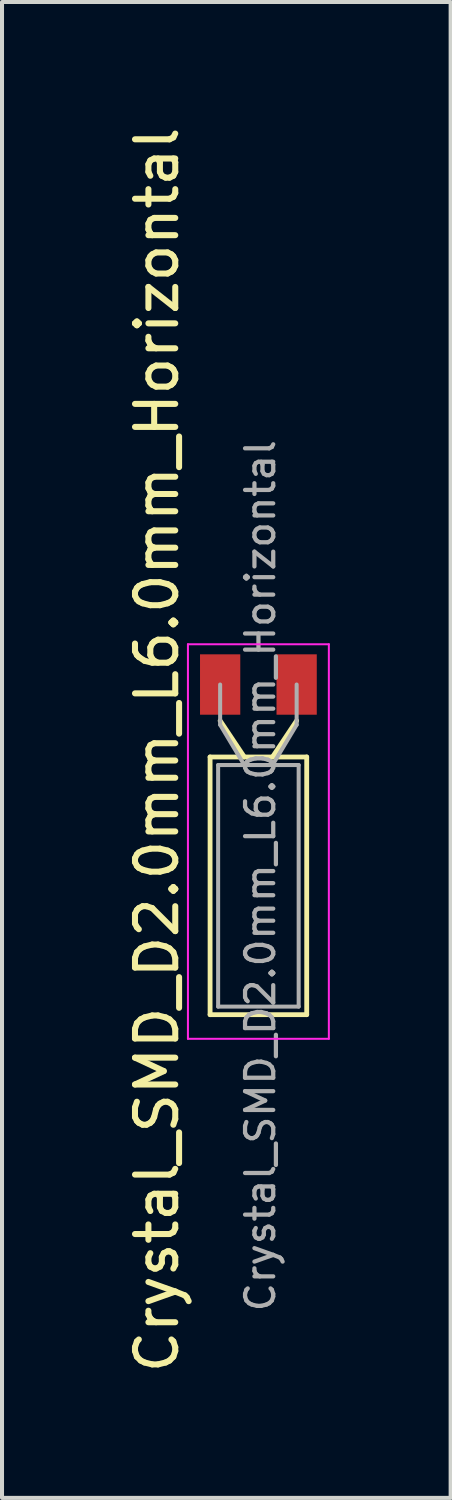
<source format=kicad_pcb>
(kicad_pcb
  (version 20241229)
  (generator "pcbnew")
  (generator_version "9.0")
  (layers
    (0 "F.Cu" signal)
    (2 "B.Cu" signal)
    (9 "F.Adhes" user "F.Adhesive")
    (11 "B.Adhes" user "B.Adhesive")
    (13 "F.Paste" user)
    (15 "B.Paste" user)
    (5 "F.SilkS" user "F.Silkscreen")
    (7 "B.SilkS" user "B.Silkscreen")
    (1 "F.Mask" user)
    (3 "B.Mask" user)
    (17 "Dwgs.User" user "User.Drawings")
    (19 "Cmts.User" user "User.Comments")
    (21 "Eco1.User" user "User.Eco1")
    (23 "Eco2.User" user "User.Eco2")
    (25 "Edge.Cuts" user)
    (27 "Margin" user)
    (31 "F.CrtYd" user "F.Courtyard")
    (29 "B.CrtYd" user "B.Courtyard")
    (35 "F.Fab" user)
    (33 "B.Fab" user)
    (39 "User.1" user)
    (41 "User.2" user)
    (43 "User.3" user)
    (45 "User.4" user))
  (footprint "Crystal_SMD_D2.0mm_L6.0mm_Horizontal"
    (layer "F.Cu")
    (at 2.418 13.952)
    (property "Reference" "Crystal_SMD_D2.0mm_L6.0mm_Horizontal" (at -1.57 1.625 90) (layer "F.SilkS") (effects (font (size 1 1) (thickness 0.15))))
    (attr through_hole)
    (fp_line (start -0.25 1.8) (end -0.25 8.2) (stroke (width 0.12) (type solid)) (layer "F.SilkS"))
    (fp_line (start -0.25 8.2) (end 2.15 8.2) (stroke (width 0.12) (type solid)) (layer "F.SilkS"))
    (fp_line (start 0.6 1.8) (end 0 0.9) (stroke (width 0.12) (type solid)) (layer "F.SilkS"))
    (fp_line (start 1.3 1.8) (end 1.9 0.9) (stroke (width 0.12) (type solid)) (layer "F.SilkS"))
    (fp_line (start 2.15 1.8) (end -0.25 1.8) (stroke (width 0.12) (type solid)) (layer "F.SilkS"))
    (fp_line (start 2.15 8.2) (end 2.15 1.8) (stroke (width 0.12) (type solid)) (layer "F.SilkS"))
    (fp_line (start -0.8 -1) (end -0.8 8.8) (stroke (width 0.05) (type solid)) (layer "F.CrtYd"))
    (fp_line (start -0.8 8.8) (end 2.7 8.8) (stroke (width 0.05) (type solid)) (layer "F.CrtYd"))
    (fp_line (start 2.7 -1) (end -0.8 -1) (stroke (width 0.05) (type solid)) (layer "F.CrtYd"))
    (fp_line (start 2.7 8.8) (end 2.7 -1) (stroke (width 0.05) (type solid)) (layer "F.CrtYd"))
    (fp_line (start -0.05 2) (end -0.05 8) (stroke (width 0.1) (type solid)) (layer "F.Fab"))
    (fp_line (start -0.05 8) (end 1.95 8) (stroke (width 0.1) (type solid)) (layer "F.Fab"))
    (fp_line (start 0 1) (end 0 0) (stroke (width 0.1) (type solid)) (layer "F.Fab"))
    (fp_line (start 0.6 2) (end 0 1) (stroke (width 0.1) (type solid)) (layer "F.Fab"))
    (fp_line (start 1.3 2) (end 1.9 1) (stroke (width 0.1) (type solid)) (layer "F.Fab"))
    (fp_line (start 1.9 1) (end 1.9 0) (stroke (width 0.1) (type solid)) (layer "F.Fab"))
    (fp_line (start 1.95 2) (end -0.05 2) (stroke (width 0.1) (type solid)) (layer "F.Fab"))
    (fp_line (start 1.95 8) (end 1.95 2) (stroke (width 0.1) (type solid)) (layer "F.Fab"))
    (fp_text user "${REFERENCE}" (at 1 4.75 90) (layer "F.Fab") (effects (font (size 0.7 0.7) (thickness 0.105))))
    (pad "1" smd rect (at 0 0) (size 1 1.5) (layers "F.Cu" "F.Mask" "F.Paste"))
    (pad "2" smd rect (at 1.9 0) (size 1 1.5) (layers "F.Cu" "F.Mask" "F.Paste")))
  (gr_rect
    (start -3 -3)
    (end 8.143 34.155)
    (stroke (width 0.1) (type default))
    (fill no)
    (layer "Edge.Cuts")))
</source>
